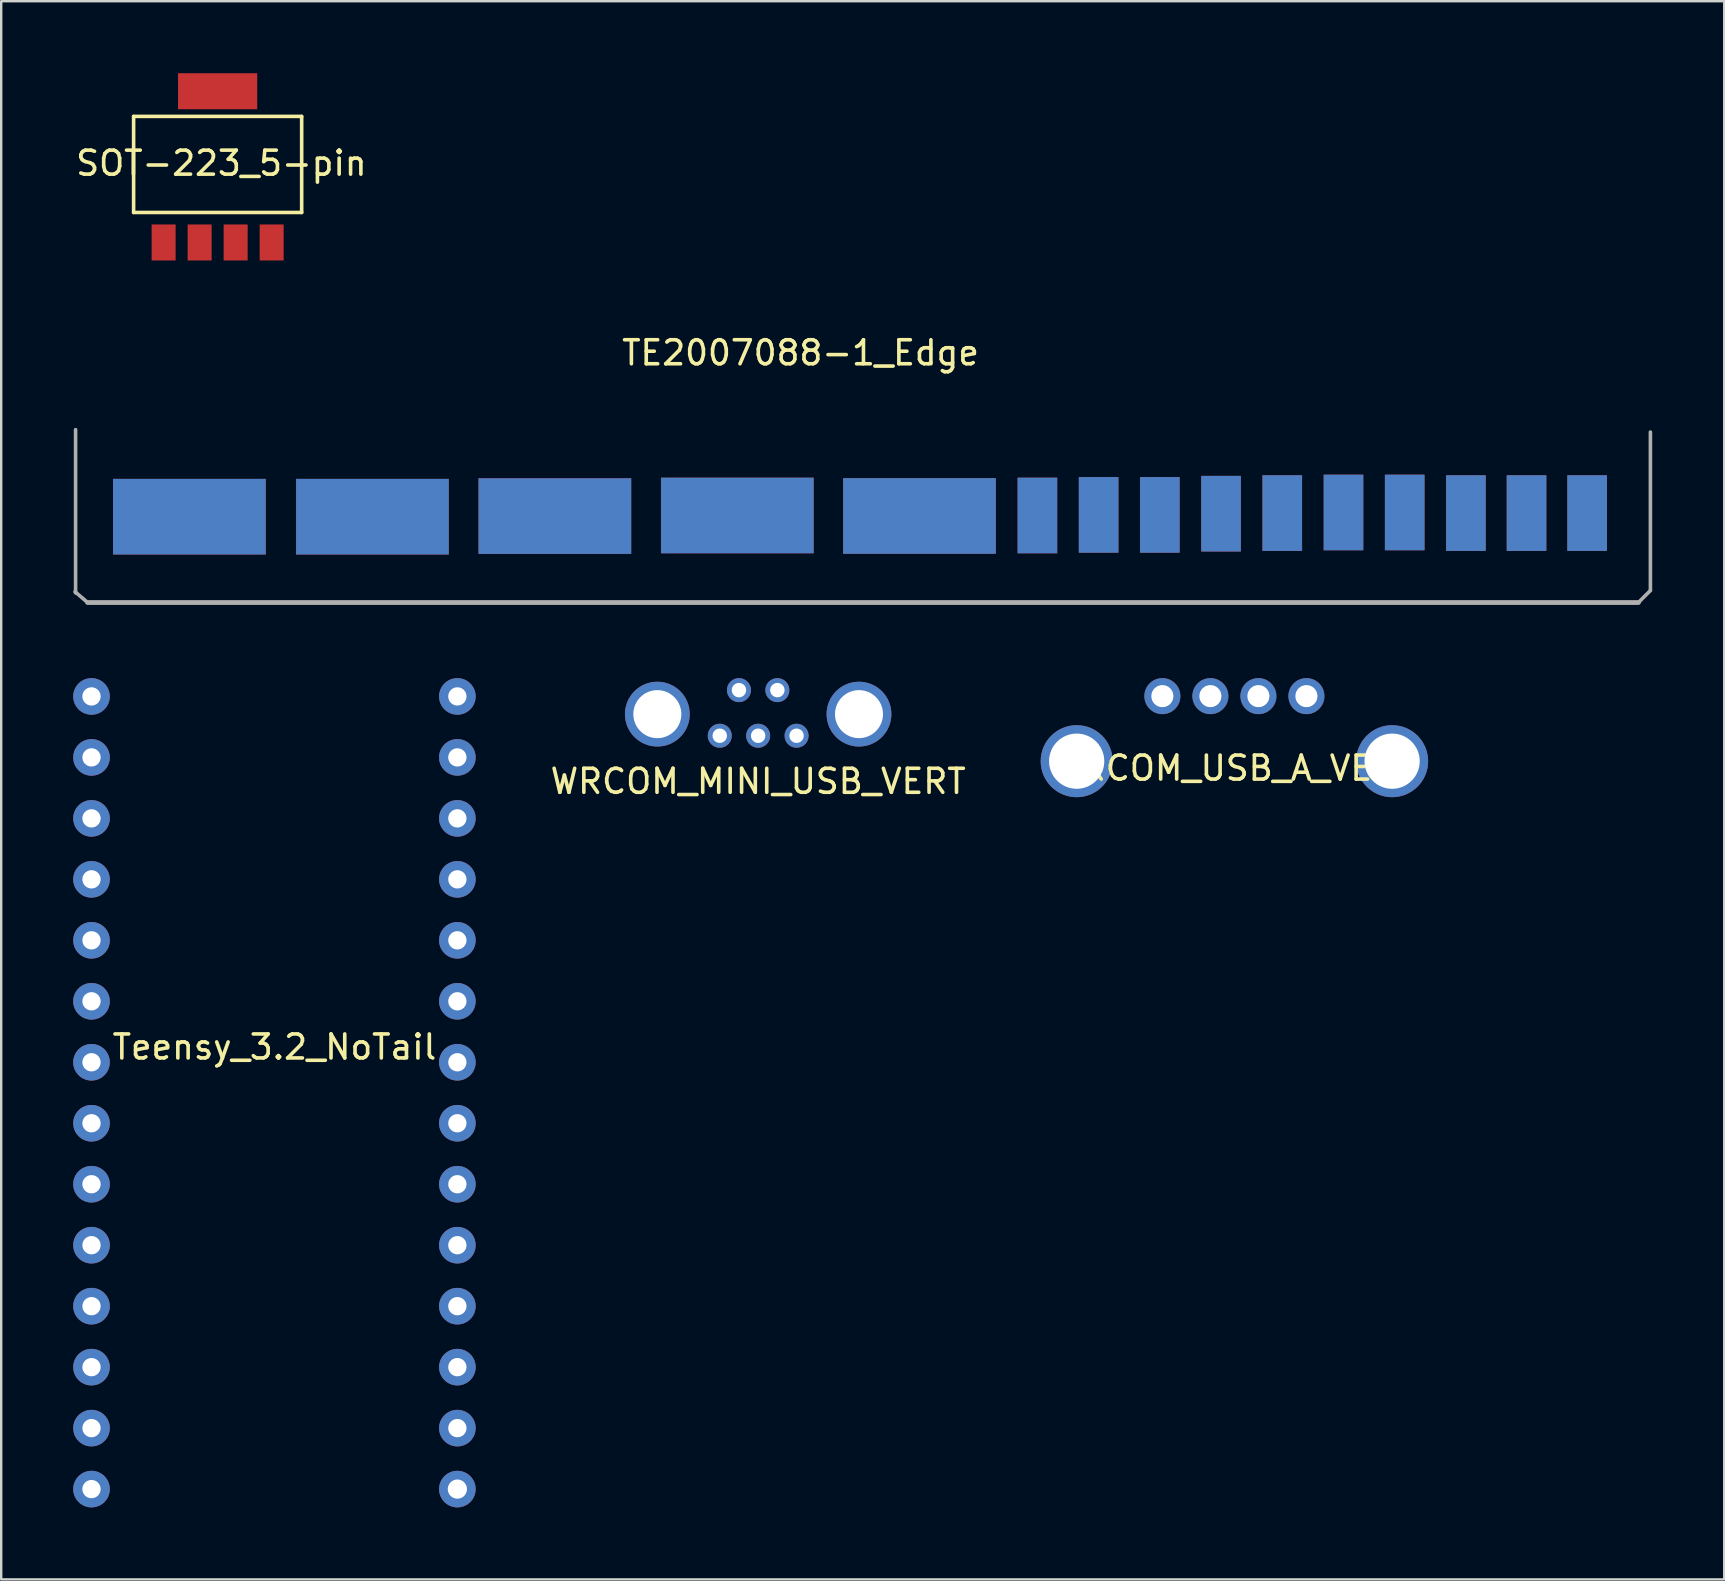
<source format=kicad_pcb>
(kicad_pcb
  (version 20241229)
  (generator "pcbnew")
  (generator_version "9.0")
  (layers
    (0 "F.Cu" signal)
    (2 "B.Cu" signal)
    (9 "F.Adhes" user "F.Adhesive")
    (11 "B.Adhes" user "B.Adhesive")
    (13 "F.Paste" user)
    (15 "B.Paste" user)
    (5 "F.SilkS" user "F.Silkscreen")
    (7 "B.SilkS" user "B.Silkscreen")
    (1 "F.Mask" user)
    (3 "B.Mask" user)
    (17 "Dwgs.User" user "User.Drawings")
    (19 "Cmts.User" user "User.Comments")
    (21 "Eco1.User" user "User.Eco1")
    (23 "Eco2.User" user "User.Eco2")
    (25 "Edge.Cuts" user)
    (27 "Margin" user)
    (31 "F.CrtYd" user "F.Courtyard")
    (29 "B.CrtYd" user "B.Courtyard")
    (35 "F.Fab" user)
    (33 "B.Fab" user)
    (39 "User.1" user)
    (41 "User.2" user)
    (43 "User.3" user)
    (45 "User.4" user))
  (footprint "WRCOM_MINI_USB_VERT"
    (layer "F.Cu")
    (at 28.532 27.598)
    (property "Reference" "WRCOM_MINI_USB_VERT" (at 0 1.9 0) (layer "F.SilkS") (effects (font (size 1 1) (thickness 0.15))))
    (attr through_hole)
    (pad "1" thru_hole circle (at -1.6 0) (size 1 1) (drill 0.6) (layers "*.Cu" "*.Mask"))
    (pad "2" thru_hole circle (at -0.8 -1.9) (size 1 1) (drill 0.6) (layers "*.Cu" "*.Mask"))
    (pad "3" thru_hole circle (at 0 0) (size 1 1) (drill 0.6) (layers "*.Cu" "*.Mask"))
    (pad "4" thru_hole circle (at 0.8 -1.9) (size 1 1) (drill 0.6) (layers "*.Cu" "*.Mask"))
    (pad "5" thru_hole circle (at 1.6 0) (size 1 1) (drill 0.6) (layers "*.Cu" "*.Mask"))
    (pad "6" thru_hole circle (at -4.2 -0.9) (size 2.7 2.7) (drill 2) (layers "*.Cu" "*.Mask"))
    (pad "6" thru_hole circle (at 4.2 -0.9) (size 2.7 2.7) (drill 2) (layers "*.Cu" "*.Mask")))
  (footprint "Teensy_3.2_NoTail"
    (layer "F.Cu")
    (at 3.302 34.215)
    (property "Reference" "Teensy_3.2_NoTail" (at 5.08 6.35 0) (layer "F.SilkS") (effects (font (size 1 1) (thickness 0.15))))
    (attr through_hole)
    (pad "0" thru_hole oval (at 12.7 22.225) (size 1.524 1.524) (drill 0.762) (layers "*.Cu" "*.Mask"))
    (pad "1" thru_hole oval (at 12.7 19.685) (size 1.524 1.524) (drill 0.762) (layers "*.Cu" "*.Mask"))
    (pad "2" thru_hole oval (at 12.7 17.145) (size 1.524 1.524) (drill 0.762) (layers "*.Cu" "*.Mask"))
    (pad "3" thru_hole oval (at 12.7 14.605) (size 1.524 1.524) (drill 0.762) (layers "*.Cu" "*.Mask"))
    (pad "3v3" thru_hole oval (at -2.54 19.685) (size 1.524 1.524) (drill 0.762) (layers "*.Cu" "*.Mask"))
    (pad "4" thru_hole oval (at 12.7 12.065) (size 1.524 1.524) (drill 0.762) (layers "*.Cu" "*.Mask"))
    (pad "5" thru_hole oval (at 12.7 9.525) (size 1.524 1.524) (drill 0.762) (layers "*.Cu" "*.Mask"))
    (pad "6" thru_hole oval (at 12.7 6.985) (size 1.524 1.524) (drill 0.762) (layers "*.Cu" "*.Mask"))
    (pad "7" thru_hole oval (at 12.7 4.445) (size 1.524 1.524) (drill 0.762) (layers "*.Cu" "*.Mask"))
    (pad "8" thru_hole oval (at 12.7 1.905) (size 1.524 1.524) (drill 0.762) (layers "*.Cu" "*.Mask"))
    (pad "9" thru_hole oval (at 12.7 -0.635) (size 1.524 1.524) (drill 0.762) (layers "*.Cu" "*.Mask"))
    (pad "10" thru_hole oval (at 12.7 -3.175) (size 1.524 1.524) (drill 0.762) (layers "*.Cu" "*.Mask"))
    (pad "11" thru_hole oval (at 12.7 -5.715) (size 1.524 1.524) (drill 0.762) (layers "*.Cu" "*.Mask"))
    (pad "12" thru_hole oval (at 12.7 -8.255) (size 1.524 1.524) (drill 0.762) (layers "*.Cu" "*.Mask"))
    (pad "13" thru_hole oval (at -2.54 -8.255) (size 1.524 1.524) (drill 0.762) (layers "*.Cu" "*.Mask"))
    (pad "14" thru_hole oval (at -2.54 -5.715) (size 1.524 1.524) (drill 0.762) (layers "*.Cu" "*.Mask"))
    (pad "15" thru_hole oval (at -2.54 -3.175) (size 1.524 1.524) (drill 0.762) (layers "*.Cu" "*.Mask"))
    (pad "16" thru_hole oval (at -2.54 -0.635) (size 1.524 1.524) (drill 0.762) (layers "*.Cu" "*.Mask"))
    (pad "17" thru_hole oval (at -2.54 1.905) (size 1.524 1.524) (drill 0.762) (layers "*.Cu" "*.Mask"))
    (pad "18" thru_hole oval (at -2.54 4.445) (size 1.524 1.524) (drill 0.762) (layers "*.Cu" "*.Mask"))
    (pad "19" thru_hole oval (at -2.54 6.985) (size 1.524 1.524) (drill 0.762) (layers "*.Cu" "*.Mask"))
    (pad "20" thru_hole oval (at -2.54 9.525) (size 1.524 1.524) (drill 0.762) (layers "*.Cu" "*.Mask"))
    (pad "21" thru_hole oval (at -2.54 12.065) (size 1.524 1.524) (drill 0.762) (layers "*.Cu" "*.Mask"))
    (pad "22" thru_hole oval (at -2.54 14.605) (size 1.524 1.524) (drill 0.762) (layers "*.Cu" "*.Mask"))
    (pad "23" thru_hole oval (at -2.54 17.145) (size 1.524 1.524) (drill 0.762) (layers "*.Cu" "*.Mask"))
    (pad "AGND" thru_hole oval (at -2.54 22.225) (size 1.524 1.524) (drill 0.762) (layers "*.Cu" "*.Mask"))
    (pad "GND" thru_hole oval (at 12.7 24.765) (size 1.524 1.524) (drill 0.8) (layers "*.Cu" "*.Mask"))
    (pad "VIN" thru_hole oval (at -2.54 24.765) (size 1.524 1.524) (drill 0.762) (layers "*.Cu" "*.Mask")))
  (footprint "TE2007088-1_Edge"
    (layer "F.Cu")
    (at 30.299 21.948)
    (property "Reference" "TE2007088-1_Edge" (at 0 -10.3 0) (layer "F.SilkS") (effects (font (size 1 1) (thickness 0.15))))
    (attr through_hole)
    (fp_line (start -30.2 -7.1) (end -30.2 -0.3) (stroke (width 0.15) (type solid)) (layer "F.Fab"))
    (fp_line (start -29.7 0.1) (end -30.224 -0.349) (stroke (width 0.15) (type solid)) (layer "F.Fab"))
    (fp_line (start -29.7 0.1) (end 34.9 0.1) (stroke (width 0.2) (type solid)) (layer "F.Fab"))
    (fp_line (start 34.9 0.1) (end 35.4 -0.4) (stroke (width 0.15) (type solid)) (layer "F.Fab"))
    (fp_line (start 35.4 -0.4) (end 35.4 -7) (stroke (width 0.15) (type solid)) (layer "F.Fab"))
    (pad "1" smd rect (at -25.46 -3.475) (size 6.36 3.15) (layers "B.Cu" "B.Mask" "B.Paste"))
    (pad "2" smd rect (at -17.835 -3.475) (size 6.36 3.15) (layers "B.Cu" "B.Mask" "B.Paste"))
    (pad "3" smd rect (at -10.235 -3.5) (size 6.36 3.15) (layers "B.Cu" "B.Mask" "B.Paste"))
    (pad "4" smd rect (at -2.635 -3.525) (size 6.36 3.15) (layers "B.Cu" "B.Mask" "B.Paste"))
    (pad "5" smd rect (at 4.952 -3.505) (size 6.36 3.15) (layers "B.Cu" "B.Mask" "B.Paste"))
    (pad "6" smd rect (at 9.865 -3.525) (size 1.65 3.15) (layers "B.Cu" "B.Mask" "B.Paste"))
    (pad "7" smd rect (at 12.415 -3.55) (size 1.65 3.15) (layers "B.Cu" "B.Mask" "B.Paste"))
    (pad "8" smd rect (at 14.965 -3.55) (size 1.65 3.15) (layers "B.Cu" "B.Mask" "B.Paste"))
    (pad "9" smd rect (at 17.515 -3.6) (size 1.65 3.15) (layers "B.Cu" "B.Mask" "B.Paste"))
    (pad "10" smd rect (at 20.065 -3.625) (size 1.65 3.15) (layers "B.Cu" "B.Mask" "B.Paste"))
    (pad "11" smd rect (at 22.615 -3.65) (size 1.65 3.15) (layers "B.Cu" "B.Mask" "B.Paste"))
    (pad "12" smd rect (at 25.165 -3.65) (size 1.65 3.15) (layers "B.Cu" "B.Mask" "B.Paste"))
    (pad "13" smd rect (at 27.715 -3.625) (size 1.65 3.15) (layers "B.Cu" "B.Mask" "B.Paste"))
    (pad "14" smd rect (at 30.24 -3.625) (size 1.65 3.15) (layers "B.Cu" "B.Mask" "B.Paste"))
    (pad "15" smd rect (at 32.765 -3.625) (size 1.65 3.15) (layers "B.Cu" "B.Mask" "B.Paste"))
    (pad "16" smd rect (at 32.765 -3.625) (size 1.65 3.15) (layers "F.Cu" "F.Mask" "F.Paste"))
    (pad "17" smd rect (at 30.24 -3.625) (size 1.65 3.15) (layers "F.Cu" "F.Mask" "F.Paste"))
    (pad "18" smd rect (at 27.715 -3.625) (size 1.65 3.15) (layers "F.Cu" "F.Mask" "F.Paste"))
    (pad "19" smd rect (at 25.165 -3.65) (size 1.65 3.15) (layers "F.Cu" "F.Mask" "F.Paste"))
    (pad "20" smd rect (at 22.615 -3.65) (size 1.65 3.15) (layers "F.Cu" "F.Mask" "F.Paste"))
    (pad "21" smd rect (at 20.065 -3.625) (size 1.65 3.15) (layers "F.Cu" "F.Mask" "F.Paste"))
    (pad "22" smd rect (at 17.515 -3.6) (size 1.65 3.15) (layers "F.Cu" "F.Mask" "F.Paste"))
    (pad "23" smd rect (at 14.965 -3.55) (size 1.65 3.15) (layers "F.Cu" "F.Mask" "F.Paste"))
    (pad "24" smd rect (at 12.415 -3.55) (size 1.65 3.15) (layers "F.Cu" "F.Mask" "F.Paste"))
    (pad "25" smd rect (at 9.865 -3.525) (size 1.65 3.15) (layers "F.Cu" "F.Mask" "F.Paste"))
    (pad "26" smd rect (at 4.952 -3.505) (size 6.36 3.15) (layers "F.Cu" "F.Mask" "F.Paste"))
    (pad "27" smd rect (at -2.635 -3.525) (size 6.36 3.15) (layers "F.Cu" "F.Mask" "F.Paste"))
    (pad "28" smd rect (at -10.235 -3.5) (size 6.36 3.15) (layers "F.Cu" "F.Mask" "F.Paste"))
    (pad "29" smd rect (at -17.835 -3.475) (size 6.36 3.15) (layers "F.Cu" "F.Mask" "F.Paste"))
    (pad "30" smd rect (at -25.46 -3.475) (size 6.36 3.15) (layers "F.Cu" "F.Mask" "F.Paste")))
  (footprint "SOT-223_5-pin"
    (layer "F.Cu")
    (at 6.016 7.05)
    (property "Reference" "SOT-223_5-pin" (at 0.157 -3.301 0) (layer "F.SilkS") (effects (font (size 1 1) (thickness 0.15))))
    (attr through_hole)
    (fp_line (start -3.5 -5.25) (end 3.5 -5.25) (stroke (width 0.15) (type solid)) (layer "F.SilkS"))
    (fp_line (start -3.5 -1.25) (end -3.5 -5.25) (stroke (width 0.15) (type solid)) (layer "F.SilkS"))
    (fp_line (start 3.5 -5.25) (end 3.5 -1.25) (stroke (width 0.15) (type solid)) (layer "F.SilkS"))
    (fp_line (start 3.5 -1.25) (end -3.5 -1.25) (stroke (width 0.15) (type solid)) (layer "F.SilkS"))
    (pad "1" smd rect (at -2.25 0) (size 1 1.5) (layers "F.Cu" "F.Mask" "F.Paste"))
    (pad "2" smd rect (at -0.75 0) (size 1 1.5) (layers "F.Cu" "F.Mask" "F.Paste"))
    (pad "3" smd rect (at 0.75 0) (size 1 1.5) (layers "F.Cu" "F.Mask" "F.Paste"))
    (pad "4" smd rect (at 2.25 0) (size 1 1.5) (layers "F.Cu" "F.Mask" "F.Paste"))
    (pad "5" smd rect (at 0 -6.3) (size 3.3 1.5) (layers "F.Cu" "F.Mask" "F.Paste")))
  (footprint "WRCOM_USB_A_VERT"
    (layer "F.Cu")
    (at 48.37 25.948)
    (property "Reference" "WRCOM_USB_A_VERT" (at 0 3 0) (layer "F.SilkS") (effects (font (size 1 1) (thickness 0.15))))
    (attr through_hole)
    (pad "1" thru_hole circle (at -3 0) (size 1.5 1.5) (drill 0.92) (layers "*.Cu" "*.Mask"))
    (pad "2" thru_hole circle (at -1 0) (size 1.5 1.5) (drill 0.92) (layers "*.Cu" "*.Mask"))
    (pad "3" thru_hole circle (at 1 0) (size 1.5 1.5) (drill 0.92) (layers "*.Cu" "*.Mask"))
    (pad "4" thru_hole circle (at 3 0) (size 1.5 1.5) (drill 0.92) (layers "*.Cu" "*.Mask"))
    (pad "5" thru_hole circle (at -6.57 2.71) (size 3 3) (drill 2.3) (layers "*.Cu" "*.Mask"))
    (pad "5" thru_hole circle (at 6.57 2.71) (size 3 3) (drill 2.3) (layers "*.Cu" "*.Mask")))
  (gr_rect
    (start -3 -3)
    (end 68.774 62.742)
    (stroke (width 0.1) (type default))
    (fill no)
    (layer "Edge.Cuts")))
</source>
